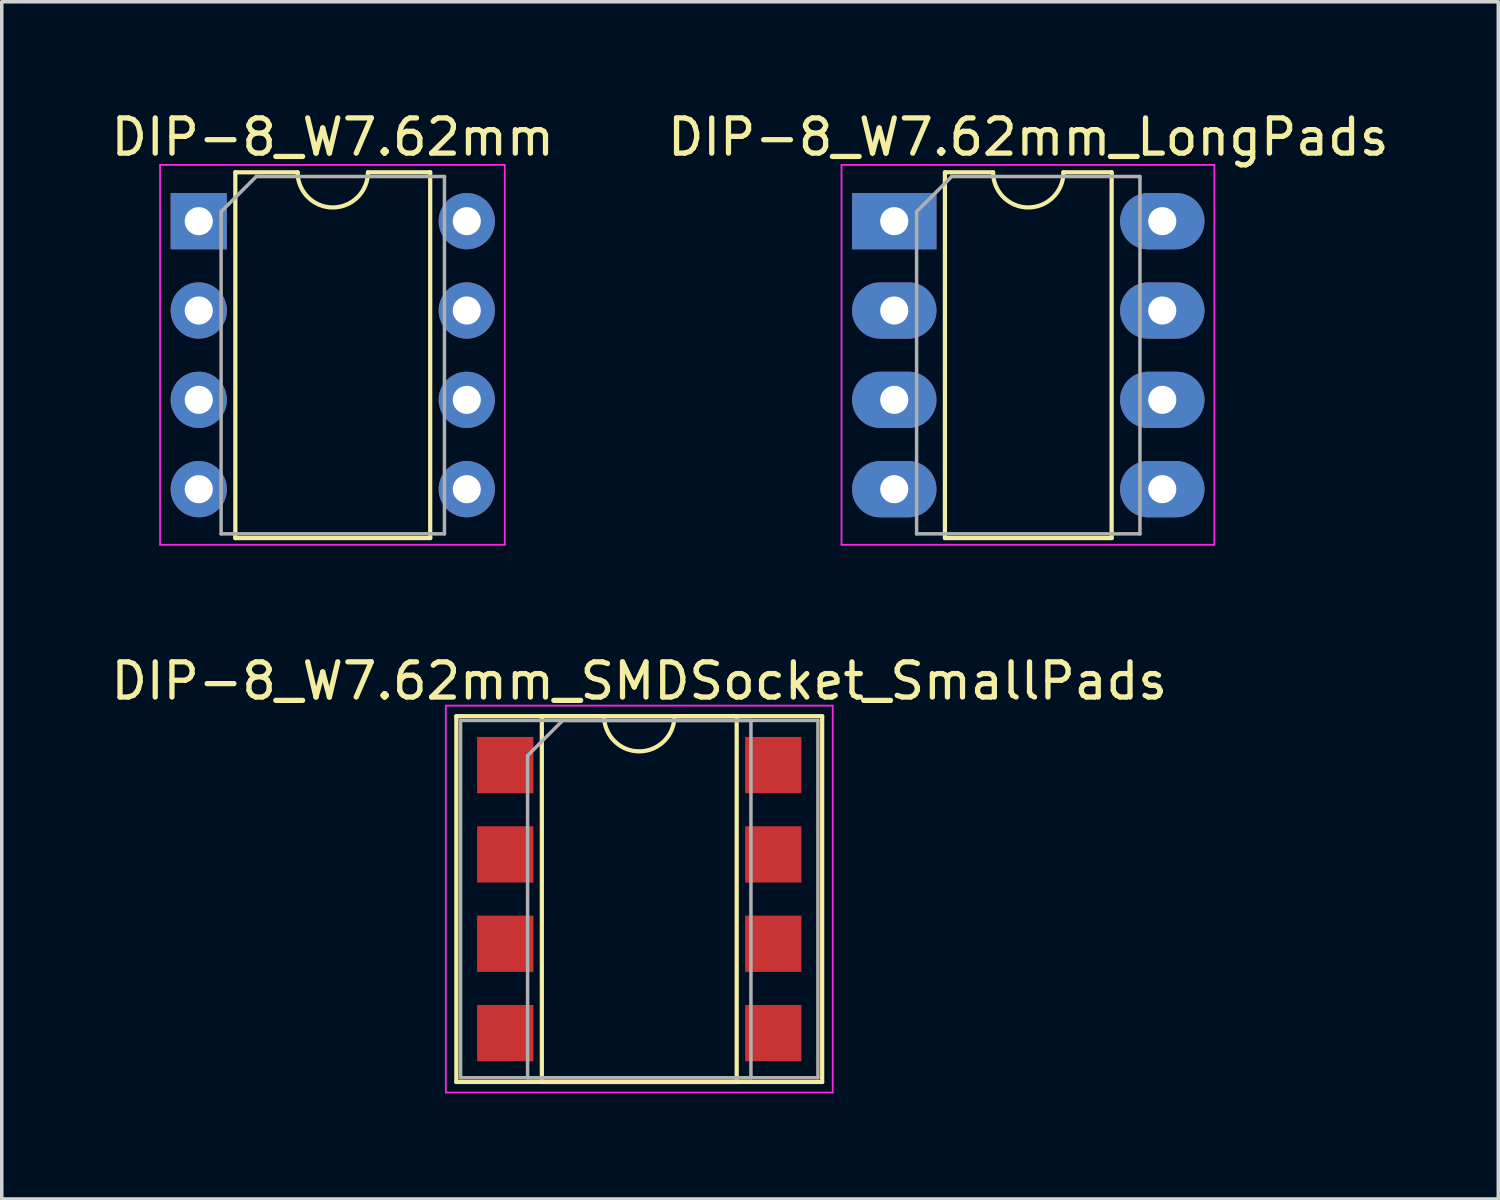
<source format=kicad_pcb>
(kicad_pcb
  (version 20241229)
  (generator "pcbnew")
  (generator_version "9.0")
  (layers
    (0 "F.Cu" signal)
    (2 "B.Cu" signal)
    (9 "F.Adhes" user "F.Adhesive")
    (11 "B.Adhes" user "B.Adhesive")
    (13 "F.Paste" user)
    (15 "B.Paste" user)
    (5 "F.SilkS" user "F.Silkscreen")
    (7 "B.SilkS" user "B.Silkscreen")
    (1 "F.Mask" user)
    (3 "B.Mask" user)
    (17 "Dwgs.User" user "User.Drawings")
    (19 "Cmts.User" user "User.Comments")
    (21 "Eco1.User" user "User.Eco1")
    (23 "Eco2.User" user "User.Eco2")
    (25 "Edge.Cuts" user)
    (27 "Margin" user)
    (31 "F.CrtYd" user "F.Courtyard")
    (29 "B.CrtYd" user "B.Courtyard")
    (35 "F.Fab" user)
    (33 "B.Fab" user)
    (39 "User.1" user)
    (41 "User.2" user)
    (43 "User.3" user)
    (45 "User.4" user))
  (footprint "DIP-8_W7.62mm_LongPads"
    (layer "F.Cu")
    (at 22.375 3.238)
    (property "Reference" "DIP-8_W7.62mm_LongPads" (at 3.81 -2.39 0) (layer "F.SilkS") (effects (font (size 1 1) (thickness 0.15))))
    (attr through_hole)
    (fp_line (start 1.44 -1.39) (end 1.44 9.01) (stroke (width 0.12) (type solid)) (layer "F.SilkS"))
    (fp_line (start 1.44 9.01) (end 6.18 9.01) (stroke (width 0.12) (type solid)) (layer "F.SilkS"))
    (fp_line (start 2.81 -1.39) (end 1.44 -1.39) (stroke (width 0.12) (type solid)) (layer "F.SilkS"))
    (fp_line (start 6.18 -1.39) (end 4.81 -1.39) (stroke (width 0.12) (type solid)) (layer "F.SilkS"))
    (fp_line (start 6.18 9.01) (end 6.18 -1.39) (stroke (width 0.12) (type solid)) (layer "F.SilkS"))
    (fp_arc (start 4.81 -1.39) (mid 3.81 -0.39) (end 2.81 -1.39) (stroke (width 0.12) (type solid)) (layer "F.SilkS"))
    (fp_line (start -1.5 -1.6) (end -1.5 9.2) (stroke (width 0.05) (type solid)) (layer "F.CrtYd"))
    (fp_line (start -1.5 9.2) (end 9.1 9.2) (stroke (width 0.05) (type solid)) (layer "F.CrtYd"))
    (fp_line (start 9.1 -1.6) (end -1.5 -1.6) (stroke (width 0.05) (type solid)) (layer "F.CrtYd"))
    (fp_line (start 9.1 9.2) (end 9.1 -1.6) (stroke (width 0.05) (type solid)) (layer "F.CrtYd"))
    (fp_line (start 0.635 -0.27) (end 1.635 -1.27) (stroke (width 0.1) (type solid)) (layer "F.Fab"))
    (fp_line (start 0.635 8.89) (end 0.635 -0.27) (stroke (width 0.1) (type solid)) (layer "F.Fab"))
    (fp_line (start 1.635 -1.27) (end 6.985 -1.27) (stroke (width 0.1) (type solid)) (layer "F.Fab"))
    (fp_line (start 6.985 -1.27) (end 6.985 8.89) (stroke (width 0.1) (type solid)) (layer "F.Fab"))
    (fp_line (start 6.985 8.89) (end 0.635 8.89) (stroke (width 0.1) (type solid)) (layer "F.Fab"))
    (pad "1" thru_hole rect (at 0 0) (size 2.4 1.6) (drill 0.8) (layers "*.Cu" "*.Mask"))
    (pad "2" thru_hole oval (at 0 2.54) (size 2.4 1.6) (drill 0.8) (layers "*.Cu" "*.Mask"))
    (pad "3" thru_hole oval (at 0 5.08) (size 2.4 1.6) (drill 0.8) (layers "*.Cu" "*.Mask"))
    (pad "4" thru_hole oval (at 0 7.62) (size 2.4 1.6) (drill 0.8) (layers "*.Cu" "*.Mask"))
    (pad "5" thru_hole oval (at 7.62 7.62) (size 2.4 1.6) (drill 0.8) (layers "*.Cu" "*.Mask"))
    (pad "6" thru_hole oval (at 7.62 5.08) (size 2.4 1.6) (drill 0.8) (layers "*.Cu" "*.Mask"))
    (pad "7" thru_hole oval (at 7.62 2.54) (size 2.4 1.6) (drill 0.8) (layers "*.Cu" "*.Mask"))
    (pad "8" thru_hole oval (at 7.62 0) (size 2.4 1.6) (drill 0.8) (layers "*.Cu" "*.Mask")))
  (footprint "DIP-8_W7.62mm_SMDSocket_SmallPads"
    (layer "F.Cu")
    (at 15.125 22.512)
    (property "Reference" "DIP-8_W7.62mm_SMDSocket_SmallPads" (at 0 -6.2 0) (layer "F.SilkS") (effects (font (size 1 1) (thickness 0.15))))
    (attr smd)
    (fp_line (start -5.2 -5.2) (end -5.2 5.2) (stroke (width 0.12) (type solid)) (layer "F.SilkS"))
    (fp_line (start -5.2 5.2) (end 5.2 5.2) (stroke (width 0.12) (type solid)) (layer "F.SilkS"))
    (fp_line (start -2.77 -5.2) (end -2.77 5.2) (stroke (width 0.12) (type solid)) (layer "F.SilkS"))
    (fp_line (start -2.77 5.2) (end 2.77 5.2) (stroke (width 0.12) (type solid)) (layer "F.SilkS"))
    (fp_line (start -1 -5.2) (end -2.77 -5.2) (stroke (width 0.12) (type solid)) (layer "F.SilkS"))
    (fp_line (start 2.77 -5.2) (end 1 -5.2) (stroke (width 0.12) (type solid)) (layer "F.SilkS"))
    (fp_line (start 2.77 5.2) (end 2.77 -5.2) (stroke (width 0.12) (type solid)) (layer "F.SilkS"))
    (fp_line (start 5.2 -5.2) (end -5.2 -5.2) (stroke (width 0.12) (type solid)) (layer "F.SilkS"))
    (fp_line (start 5.2 5.2) (end 5.2 -5.2) (stroke (width 0.12) (type solid)) (layer "F.SilkS"))
    (fp_arc (start 1 -5.2) (mid 0 -4.2) (end -1 -5.2) (stroke (width 0.12) (type solid)) (layer "F.SilkS"))
    (fp_line (start -5.5 -5.5) (end -5.5 5.5) (stroke (width 0.05) (type solid)) (layer "F.CrtYd"))
    (fp_line (start -5.5 5.5) (end 5.5 5.5) (stroke (width 0.05) (type solid)) (layer "F.CrtYd"))
    (fp_line (start 5.5 -5.5) (end -5.5 -5.5) (stroke (width 0.05) (type solid)) (layer "F.CrtYd"))
    (fp_line (start 5.5 5.5) (end 5.5 -5.5) (stroke (width 0.05) (type solid)) (layer "F.CrtYd"))
    (fp_line (start -5.08 -5.08) (end -5.08 5.08) (stroke (width 0.1) (type solid)) (layer "F.Fab"))
    (fp_line (start -5.08 5.08) (end 5.08 5.08) (stroke (width 0.1) (type solid)) (layer "F.Fab"))
    (fp_line (start -3.175 -4.08) (end -2.175 -5.08) (stroke (width 0.1) (type solid)) (layer "F.Fab"))
    (fp_line (start -3.175 5.08) (end -3.175 -4.08) (stroke (width 0.1) (type solid)) (layer "F.Fab"))
    (fp_line (start -2.175 -5.08) (end 3.175 -5.08) (stroke (width 0.1) (type solid)) (layer "F.Fab"))
    (fp_line (start 3.175 -5.08) (end 3.175 5.08) (stroke (width 0.1) (type solid)) (layer "F.Fab"))
    (fp_line (start 3.175 5.08) (end -3.175 5.08) (stroke (width 0.1) (type solid)) (layer "F.Fab"))
    (fp_line (start 5.08 -5.08) (end -5.08 -5.08) (stroke (width 0.1) (type solid)) (layer "F.Fab"))
    (fp_line (start 5.08 5.08) (end 5.08 -5.08) (stroke (width 0.1) (type solid)) (layer "F.Fab"))
    (pad "1" smd rect (at -3.81 -3.81) (size 1.6 1.6) (layers "F.Cu" "F.Mask"))
    (pad "2" smd rect (at -3.81 -1.27) (size 1.6 1.6) (layers "F.Cu" "F.Mask"))
    (pad "3" smd rect (at -3.81 1.27) (size 1.6 1.6) (layers "F.Cu" "F.Mask"))
    (pad "4" smd rect (at -3.81 3.81) (size 1.6 1.6) (layers "F.Cu" "F.Mask"))
    (pad "5" smd rect (at 3.81 3.81) (size 1.6 1.6) (layers "F.Cu" "F.Mask"))
    (pad "6" smd rect (at 3.81 1.27) (size 1.6 1.6) (layers "F.Cu" "F.Mask"))
    (pad "7" smd rect (at 3.81 -1.27) (size 1.6 1.6) (layers "F.Cu" "F.Mask"))
    (pad "8" smd rect (at 3.81 -3.81) (size 1.6 1.6) (layers "F.Cu" "F.Mask")))
  (footprint "DIP-8_W7.62mm"
    (layer "F.Cu")
    (at 2.601 3.238)
    (property "Reference" "DIP-8_W7.62mm" (at 3.81 -2.39 0) (layer "F.SilkS") (effects (font (size 1 1) (thickness 0.15))))
    (attr through_hole)
    (fp_line (start 1.04 -1.39) (end 1.04 9.01) (stroke (width 0.12) (type solid)) (layer "F.SilkS"))
    (fp_line (start 1.04 9.01) (end 6.58 9.01) (stroke (width 0.12) (type solid)) (layer "F.SilkS"))
    (fp_line (start 2.81 -1.39) (end 1.04 -1.39) (stroke (width 0.12) (type solid)) (layer "F.SilkS"))
    (fp_line (start 6.58 -1.39) (end 4.81 -1.39) (stroke (width 0.12) (type solid)) (layer "F.SilkS"))
    (fp_line (start 6.58 9.01) (end 6.58 -1.39) (stroke (width 0.12) (type solid)) (layer "F.SilkS"))
    (fp_arc (start 4.81 -1.39) (mid 3.81 -0.39) (end 2.81 -1.39) (stroke (width 0.12) (type solid)) (layer "F.SilkS"))
    (fp_line (start -1.1 -1.6) (end -1.1 9.2) (stroke (width 0.05) (type solid)) (layer "F.CrtYd"))
    (fp_line (start -1.1 9.2) (end 8.7 9.2) (stroke (width 0.05) (type solid)) (layer "F.CrtYd"))
    (fp_line (start 8.7 -1.6) (end -1.1 -1.6) (stroke (width 0.05) (type solid)) (layer "F.CrtYd"))
    (fp_line (start 8.7 9.2) (end 8.7 -1.6) (stroke (width 0.05) (type solid)) (layer "F.CrtYd"))
    (fp_line (start 0.635 -0.27) (end 1.635 -1.27) (stroke (width 0.1) (type solid)) (layer "F.Fab"))
    (fp_line (start 0.635 8.89) (end 0.635 -0.27) (stroke (width 0.1) (type solid)) (layer "F.Fab"))
    (fp_line (start 1.635 -1.27) (end 6.985 -1.27) (stroke (width 0.1) (type solid)) (layer "F.Fab"))
    (fp_line (start 6.985 -1.27) (end 6.985 8.89) (stroke (width 0.1) (type solid)) (layer "F.Fab"))
    (fp_line (start 6.985 8.89) (end 0.635 8.89) (stroke (width 0.1) (type solid)) (layer "F.Fab"))
    (pad "1" thru_hole rect (at 0 0) (size 1.6 1.6) (drill 0.8) (layers "*.Cu" "*.Mask"))
    (pad "2" thru_hole oval (at 0 2.54) (size 1.6 1.6) (drill 0.8) (layers "*.Cu" "*.Mask"))
    (pad "3" thru_hole oval (at 0 5.08) (size 1.6 1.6) (drill 0.8) (layers "*.Cu" "*.Mask"))
    (pad "4" thru_hole oval (at 0 7.62) (size 1.6 1.6) (drill 0.8) (layers "*.Cu" "*.Mask"))
    (pad "5" thru_hole oval (at 7.62 7.62) (size 1.6 1.6) (drill 0.8) (layers "*.Cu" "*.Mask"))
    (pad "6" thru_hole oval (at 7.62 5.08) (size 1.6 1.6) (drill 0.8) (layers "*.Cu" "*.Mask"))
    (pad "7" thru_hole oval (at 7.62 2.54) (size 1.6 1.6) (drill 0.8) (layers "*.Cu" "*.Mask"))
    (pad "8" thru_hole oval (at 7.62 0) (size 1.6 1.6) (drill 0.8) (layers "*.Cu" "*.Mask")))
  (gr_rect
    (start -3 -3)
    (end 39.548 31.037)
    (stroke (width 0.1) (type default))
    (fill no)
    (layer "Edge.Cuts")))
</source>
